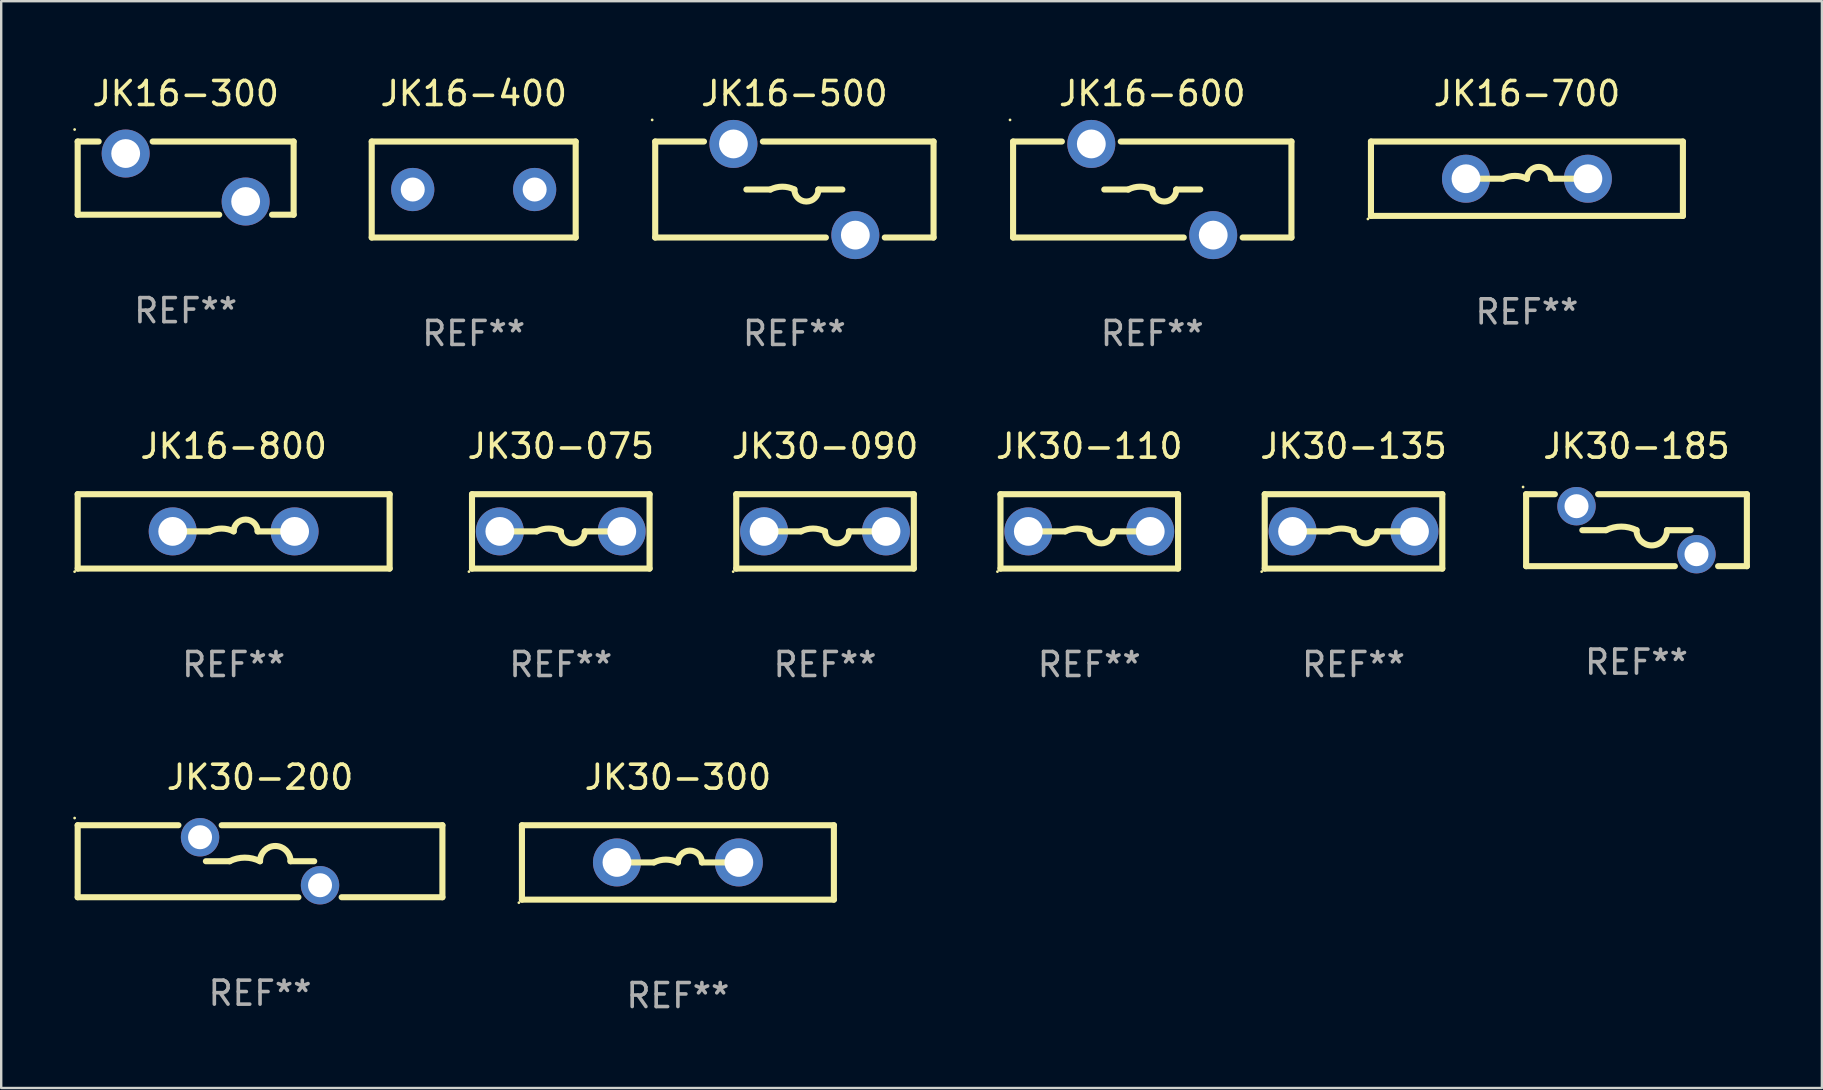
<source format=kicad_pcb>
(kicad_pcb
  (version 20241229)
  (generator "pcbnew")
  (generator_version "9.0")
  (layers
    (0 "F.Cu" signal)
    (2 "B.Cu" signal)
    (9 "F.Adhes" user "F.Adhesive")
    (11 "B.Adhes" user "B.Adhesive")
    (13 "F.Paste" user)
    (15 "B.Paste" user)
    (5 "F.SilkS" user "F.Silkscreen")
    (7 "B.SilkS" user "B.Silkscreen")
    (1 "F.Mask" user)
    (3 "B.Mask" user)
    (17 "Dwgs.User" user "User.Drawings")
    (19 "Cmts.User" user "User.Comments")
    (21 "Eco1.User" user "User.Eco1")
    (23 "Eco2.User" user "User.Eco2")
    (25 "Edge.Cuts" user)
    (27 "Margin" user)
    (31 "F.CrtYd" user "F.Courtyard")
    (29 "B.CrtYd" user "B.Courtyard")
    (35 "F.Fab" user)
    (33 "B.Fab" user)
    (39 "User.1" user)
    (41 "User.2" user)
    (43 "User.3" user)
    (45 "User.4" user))
  (footprint "JK30-300"
    (layer "F.Cu")
    (at 25.201 32.891)
    (property "Reference" "JK30-300" (at 0 -3.55 0) (layer "F.SilkS") (effects (font (size 1 1) (thickness 0.15))))
    (attr through_hole)
    (fp_line (start -6.5 -1.55) (end 6.5 -1.55) (stroke (width 0.254) (type solid)) (layer "F.SilkS"))
    (fp_line (start -6.5 1.55) (end -6.5 -1.55) (stroke (width 0.254) (type solid)) (layer "F.SilkS"))
    (fp_line (start -1 -0.000127) (end -2 -0.000127) (stroke (width 0.254) (type solid)) (layer "F.SilkS"))
    (fp_line (start 1 -0.000127) (end 2 -0.000127) (stroke (width 0.254) (type solid)) (layer "F.SilkS"))
    (fp_line (start 6.5 -1.55) (end 6.5 1.55) (stroke (width 0.254) (type solid)) (layer "F.SilkS"))
    (fp_line (start 6.5 1.55) (end -6.5 1.55) (stroke (width 0.254) (type solid)) (layer "F.SilkS"))
    (fp_arc (start -1.000127 -0.000127) (mid -0.500127 -0.118148) (end -0.000127 -0.000127) (stroke (width 0.254001) (type solid)) (layer "F.SilkS"))
    (fp_arc (start -0.000127 -0.000127) (mid 0.500254 -0.5) (end 1.000635 -0.000127) (stroke (width 0.254001) (type solid)) (layer "F.SilkS"))
    (fp_circle (center -6.627 1.677) (end -6.597 1.677) (stroke (width 0.06) (type solid)) (fill no) (layer "F.SilkS"))
    (fp_text user "REF**" (at 0 5.55 0) (layer "F.Fab") (effects (font (size 1 1) (thickness 0.15))))
    (pad "1" thru_hole circle (at -2.54 -0.000127) (size 2 2) (drill 1.2) (layers "*.Cu" "*.Mask"))
    (pad "2" thru_hole circle (at 2.54 -0.000127) (size 2 2) (drill 1.2) (layers "*.Cu" "*.Mask")))
  (footprint "JK30-075"
    (layer "F.Cu")
    (at 20.32 19.095)
    (property "Reference" "JK30-075" (at 0 -3.55 0) (layer "F.SilkS") (effects (font (size 1 1) (thickness 0.15))))
    (attr through_hole)
    (fp_line (start -3.7 -1.55) (end 3.7 -1.55) (stroke (width 0.254) (type solid)) (layer "F.SilkS"))
    (fp_line (start -3.7 1.55) (end -3.7 -1.55) (stroke (width 0.254) (type solid)) (layer "F.SilkS"))
    (fp_line (start -1 0) (end -2 0) (stroke (width 0.254) (type solid)) (layer "F.SilkS"))
    (fp_line (start 1 0) (end 2 0) (stroke (width 0.254) (type solid)) (layer "F.SilkS"))
    (fp_line (start 3.7 -1.55) (end 3.7 1.55) (stroke (width 0.254) (type solid)) (layer "F.SilkS"))
    (fp_line (start 3.7 1.55) (end -3.7 1.55) (stroke (width 0.254) (type solid)) (layer "F.SilkS"))
    (fp_arc (start -1.000762 0) (mid -0.500381 -0.118151) (end 0 0) (stroke (width 0.254001) (type solid)) (layer "F.SilkS"))
    (fp_arc (start 1.000762 0) (mid 0.500381 0.500127) (end 0 0) (stroke (width 0.254001) (type solid)) (layer "F.SilkS"))
    (fp_circle (center -3.827 1.677) (end -3.797 1.677) (stroke (width 0.06) (type solid)) (fill no) (layer "F.SilkS"))
    (fp_text user "REF**" (at 0 5.55 0) (layer "F.Fab") (effects (font (size 1 1) (thickness 0.15))))
    (pad "1" thru_hole circle (at -2.54 0) (size 2 2) (drill 1.2) (layers "*.Cu" "*.Mask"))
    (pad "2" thru_hole circle (at 2.54 0) (size 2 2) (drill 1.2) (layers "*.Cu" "*.Mask")))
  (footprint "JK30-135"
    (layer "F.Cu")
    (at 53.356 19.095)
    (property "Reference" "JK30-135" (at 0 -3.55 0) (layer "F.SilkS") (effects (font (size 1 1) (thickness 0.15))))
    (attr through_hole)
    (fp_line (start -3.7 -1.55) (end 3.7 -1.55) (stroke (width 0.254) (type solid)) (layer "F.SilkS"))
    (fp_line (start -3.7 1.55) (end -3.7 -1.55) (stroke (width 0.254) (type solid)) (layer "F.SilkS"))
    (fp_line (start -1 0) (end -2 0) (stroke (width 0.254) (type solid)) (layer "F.SilkS"))
    (fp_line (start 1 0) (end 2 0) (stroke (width 0.254) (type solid)) (layer "F.SilkS"))
    (fp_line (start 3.7 -1.55) (end 3.7 1.55) (stroke (width 0.254) (type solid)) (layer "F.SilkS"))
    (fp_line (start 3.7 1.55) (end -3.7 1.55) (stroke (width 0.254) (type solid)) (layer "F.SilkS"))
    (fp_arc (start -1.000762 0) (mid -0.500381 -0.118151) (end 0 0) (stroke (width 0.254001) (type solid)) (layer "F.SilkS"))
    (fp_arc (start 1.000762 0) (mid 0.500381 0.500127) (end 0 0) (stroke (width 0.254001) (type solid)) (layer "F.SilkS"))
    (fp_circle (center -3.827 1.677) (end -3.797 1.677) (stroke (width 0.06) (type solid)) (fill no) (layer "F.SilkS"))
    (fp_text user "REF**" (at 0 5.55 0) (layer "F.Fab") (effects (font (size 1 1) (thickness 0.15))))
    (pad "1" thru_hole circle (at -2.54 0) (size 2 2) (drill 1.2) (layers "*.Cu" "*.Mask"))
    (pad "2" thru_hole circle (at 2.54 0) (size 2 2) (drill 1.2) (layers "*.Cu" "*.Mask")))
  (footprint "JK30-200"
    (layer "F.Cu")
    (at 7.787 32.841)
    (property "Reference" "JK30-200" (at 0 -3.5 0) (layer "F.SilkS") (effects (font (size 1 1) (thickness 0.15))))
    (attr through_hole)
    (fp_line (start -7.6 -1.5) (end -3.401 -1.5) (stroke (width 0.254) (type solid)) (layer "F.SilkS"))
    (fp_line (start -7.6 1.5) (end -7.6 -1.5) (stroke (width 0.254) (type solid)) (layer "F.SilkS"))
    (fp_line (start -7.6 1.5) (end 1.599 1.5) (stroke (width 0.254) (type solid)) (layer "F.SilkS"))
    (fp_line (start -2.257 0.000127) (end -1.27 0.000127) (stroke (width 0.254) (type solid)) (layer "F.SilkS"))
    (fp_line (start -1.599 -1.5) (end 7.6 -1.5) (stroke (width 0.254) (type solid)) (layer "F.SilkS"))
    (fp_line (start 2.257 0.000127) (end 1.27 0.000127) (stroke (width 0.254) (type solid)) (layer "F.SilkS"))
    (fp_line (start 3.401 1.5) (end 7.6 1.5) (stroke (width 0.254) (type solid)) (layer "F.SilkS"))
    (fp_line (start 7.6 -1.5) (end 7.6 1.5) (stroke (width 0.254) (type solid)) (layer "F.SilkS"))
    (fp_arc (start -1.270003 0.000127) (mid -0.635001 -0.149777) (end 0 0.000127) (stroke (width 0.254001) (type solid)) (layer "F.SilkS"))
    (fp_arc (start -0.000889 0.000509) (mid 0.634366 -0.634925) (end 1.270003 0.000127) (stroke (width 0.254001) (type solid)) (layer "F.SilkS"))
    (fp_circle (center -7.727 -1.8) (end -7.697 -1.8) (stroke (width 0.06) (type solid)) (fill no) (layer "F.SilkS"))
    (fp_text user "REF**" (at 0 5.5 0) (layer "F.Fab") (effects (font (size 1 1) (thickness 0.15))))
    (pad "1" thru_hole circle (at -2.5 -1) (size 1.6 1.6) (drill 1) (layers "*.Cu" "*.Mask"))
    (pad "2" thru_hole circle (at 2.5 1) (size 1.6 1.6) (drill 1) (layers "*.Cu" "*.Mask")))
  (footprint "JK16-700"
    (layer "F.Cu")
    (at 60.583 4.398)
    (property "Reference" "JK16-700" (at 0 -3.55 0) (layer "F.SilkS") (effects (font (size 1 1) (thickness 0.15))))
    (attr through_hole)
    (fp_line (start -6.5 -1.55) (end 6.5 -1.55) (stroke (width 0.254) (type solid)) (layer "F.SilkS"))
    (fp_line (start -6.5 1.55) (end -6.5 -1.55) (stroke (width 0.254) (type solid)) (layer "F.SilkS"))
    (fp_line (start -1 -0.000127) (end -2 -0.000127) (stroke (width 0.254) (type solid)) (layer "F.SilkS"))
    (fp_line (start 1 -0.000127) (end 2 -0.000127) (stroke (width 0.254) (type solid)) (layer "F.SilkS"))
    (fp_line (start 6.5 -1.55) (end 6.5 1.55) (stroke (width 0.254) (type solid)) (layer "F.SilkS"))
    (fp_line (start 6.5 1.55) (end -6.5 1.55) (stroke (width 0.254) (type solid)) (layer "F.SilkS"))
    (fp_arc (start -1.000127 -0.000127) (mid -0.500127 -0.118148) (end -0.000127 -0.000127) (stroke (width 0.254001) (type solid)) (layer "F.SilkS"))
    (fp_arc (start -0.000127 -0.000127) (mid 0.500254 -0.5) (end 1.000635 -0.000127) (stroke (width 0.254001) (type solid)) (layer "F.SilkS"))
    (fp_circle (center -6.627 1.677) (end -6.597 1.677) (stroke (width 0.06) (type solid)) (fill no) (layer "F.SilkS"))
    (fp_text user "REF**" (at 0 5.55 0) (layer "F.Fab") (effects (font (size 1 1) (thickness 0.15))))
    (pad "1" thru_hole circle (at -2.54 -0.000127) (size 2 2) (drill 1.2) (layers "*.Cu" "*.Mask"))
    (pad "2" thru_hole circle (at 2.54 -0.000127) (size 2 2) (drill 1.2) (layers "*.Cu" "*.Mask")))
  (footprint "JK16-300"
    (layer "F.Cu")
    (at 4.687 4.373)
    (property "Reference" "JK16-300" (at 0 -3.525 0) (layer "F.SilkS") (effects (font (size 1 1) (thickness 0.15))))
    (attr through_hole)
    (fp_line (start -4.5 -1.525) (end -4.5 1.525) (stroke (width 0.254) (type solid)) (layer "F.SilkS"))
    (fp_line (start -4.5 -1.525) (end -3.625 -1.525) (stroke (width 0.254) (type solid)) (layer "F.SilkS"))
    (fp_line (start -4.5 1.525) (end 1.399 1.525) (stroke (width 0.254) (type solid)) (layer "F.SilkS"))
    (fp_line (start -1.375 -1.525) (end 4.5 -1.525) (stroke (width 0.254) (type solid)) (layer "F.SilkS"))
    (fp_line (start 3.601 1.525) (end 4.5 1.525) (stroke (width 0.254) (type solid)) (layer "F.SilkS"))
    (fp_line (start 4.5 -1.525) (end 4.5 1.525) (stroke (width 0.254) (type solid)) (layer "F.SilkS"))
    (fp_circle (center -4.627 -2.025) (end -4.597 -2.025) (stroke (width 0.06) (type solid)) (fill no) (layer "F.SilkS"))
    (fp_text user "REF**" (at 0 5.525 0) (layer "F.Fab") (effects (font (size 1 1) (thickness 0.15))))
    (pad "1" thru_hole circle (at -2.5 -1.025) (size 2 2) (drill 1.2) (layers "*.Cu" "*.Mask"))
    (pad "2" thru_hole circle (at 2.5 0.975) (size 2 2) (drill 1.2) (layers "*.Cu" "*.Mask")))
  (footprint "JK16-500"
    (layer "F.Cu")
    (at 30.055 4.848)
    (property "Reference" "JK16-500" (at 0 -4 0) (layer "F.SilkS") (effects (font (size 1 1) (thickness 0.15))))
    (attr through_hole)
    (fp_line (start -5.8 -2) (end -5.8 2) (stroke (width 0.254) (type solid)) (layer "F.SilkS"))
    (fp_line (start -5.8 -2) (end -3.767 -2) (stroke (width 0.254) (type solid)) (layer "F.SilkS"))
    (fp_line (start -5.8 2) (end 1.313 2) (stroke (width 0.254) (type solid)) (layer "F.SilkS"))
    (fp_line (start -1.313 -2) (end 5.8 -2) (stroke (width 0.254) (type solid)) (layer "F.SilkS"))
    (fp_line (start -1 0) (end -2 0) (stroke (width 0.254) (type solid)) (layer "F.SilkS"))
    (fp_line (start 1 0) (end 2 0) (stroke (width 0.254) (type solid)) (layer "F.SilkS"))
    (fp_line (start 3.767 2) (end 5.8 2) (stroke (width 0.254) (type solid)) (layer "F.SilkS"))
    (fp_line (start 5.8 -2) (end 5.8 2) (stroke (width 0.254) (type solid)) (layer "F.SilkS"))
    (fp_arc (start -1 0) (mid -0.5 -0.118021) (end 0 0) (stroke (width 0.254001) (type solid)) (layer "F.SilkS"))
    (fp_arc (start 1.000762 0) (mid 0.500381 0.500127) (end 0 0) (stroke (width 0.254001) (type solid)) (layer "F.SilkS"))
    (fp_circle (center -5.927 -2.9) (end -5.897 -2.9) (stroke (width 0.06) (type solid)) (fill no) (layer "F.SilkS"))
    (fp_text user "REF**" (at 0 6 0) (layer "F.Fab") (effects (font (size 1 1) (thickness 0.15))))
    (pad "1" thru_hole circle (at -2.54 -1.9) (size 2 2) (drill 1.2) (layers "*.Cu" "*.Mask"))
    (pad "2" thru_hole circle (at 2.54 1.9) (size 2 2) (drill 1.2) (layers "*.Cu" "*.Mask")))
  (footprint "JK16-800"
    (layer "F.Cu")
    (at 6.687 19.095)
    (property "Reference" "JK16-800" (at 0 -3.55 0) (layer "F.SilkS") (effects (font (size 1 1) (thickness 0.15))))
    (attr through_hole)
    (fp_line (start -6.5 -1.55) (end 6.5 -1.55) (stroke (width 0.254) (type solid)) (layer "F.SilkS"))
    (fp_line (start -6.5 1.55) (end -6.5 -1.55) (stroke (width 0.254) (type solid)) (layer "F.SilkS"))
    (fp_line (start -1 -0.000127) (end -2 -0.000127) (stroke (width 0.254) (type solid)) (layer "F.SilkS"))
    (fp_line (start 1 -0.000127) (end 2 -0.000127) (stroke (width 0.254) (type solid)) (layer "F.SilkS"))
    (fp_line (start 6.5 -1.55) (end 6.5 1.55) (stroke (width 0.254) (type solid)) (layer "F.SilkS"))
    (fp_line (start 6.5 1.55) (end -6.5 1.55) (stroke (width 0.254) (type solid)) (layer "F.SilkS"))
    (fp_arc (start -1.000127 -0.000127) (mid -0.500127 -0.118148) (end -0.000127 -0.000127) (stroke (width 0.254001) (type solid)) (layer "F.SilkS"))
    (fp_arc (start -0.000127 -0.000127) (mid 0.500254 -0.5) (end 1.000635 -0.000127) (stroke (width 0.254001) (type solid)) (layer "F.SilkS"))
    (fp_circle (center -6.627 1.677) (end -6.597 1.677) (stroke (width 0.06) (type solid)) (fill no) (layer "F.SilkS"))
    (fp_text user "REF**" (at 0 5.55 0) (layer "F.Fab") (effects (font (size 1 1) (thickness 0.15))))
    (pad "1" thru_hole circle (at -2.54 -0.000127) (size 2 2) (drill 1.2) (layers "*.Cu" "*.Mask"))
    (pad "2" thru_hole circle (at 2.54 -0.000127) (size 2 2) (drill 1.2) (layers "*.Cu" "*.Mask")))
  (footprint "JK16-400"
    (layer "F.Cu")
    (at 16.691 4.848)
    (property "Reference" "JK16-400" (at 0 -4 0) (layer "F.SilkS") (effects (font (size 1 1) (thickness 0.15))))
    (attr through_hole)
    (fp_line (start -4.25 2) (end -4.25 -2) (stroke (width 0.254) (type solid)) (layer "F.SilkS"))
    (fp_line (start -4.25 -2) (end 4.25 -2) (stroke (width 0.254) (type solid)) (layer "F.SilkS"))
    (fp_line (start 4.25 2) (end -4.25 2) (stroke (width 0.254) (type solid)) (layer "F.SilkS"))
    (fp_line (start 4.25 -2) (end 4.25 2) (stroke (width 0.254) (type solid)) (layer "F.SilkS"))
    (fp_circle (center -4.25 2) (end -4.22 2) (stroke (width 0.06) (type solid)) (fill no) (layer "F.SilkS"))
    (fp_text user "REF**" (at 0 6 0) (layer "F.Fab") (effects (font (size 1 1) (thickness 0.15))))
    (pad "1" thru_hole circle (at -2.54 0) (size 1.8 1.8) (drill 1) (layers "*.Cu" "*.Mask"))
    (pad "2" thru_hole circle (at 2.54 0) (size 1.8 1.8) (drill 1) (layers "*.Cu" "*.Mask")))
  (footprint "JK30-090"
    (layer "F.Cu")
    (at 31.332 19.095)
    (property "Reference" "JK30-090" (at 0 -3.55 0) (layer "F.SilkS") (effects (font (size 1 1) (thickness 0.15))))
    (attr through_hole)
    (fp_line (start -3.7 -1.55) (end 3.7 -1.55) (stroke (width 0.254) (type solid)) (layer "F.SilkS"))
    (fp_line (start -3.7 1.55) (end -3.7 -1.55) (stroke (width 0.254) (type solid)) (layer "F.SilkS"))
    (fp_line (start -1 0) (end -2 0) (stroke (width 0.254) (type solid)) (layer "F.SilkS"))
    (fp_line (start 1 0) (end 2 0) (stroke (width 0.254) (type solid)) (layer "F.SilkS"))
    (fp_line (start 3.7 -1.55) (end 3.7 1.55) (stroke (width 0.254) (type solid)) (layer "F.SilkS"))
    (fp_line (start 3.7 1.55) (end -3.7 1.55) (stroke (width 0.254) (type solid)) (layer "F.SilkS"))
    (fp_arc (start -1.000762 0) (mid -0.500381 -0.118151) (end 0 0) (stroke (width 0.254001) (type solid)) (layer "F.SilkS"))
    (fp_arc (start 1.000762 0) (mid 0.500381 0.500127) (end 0 0) (stroke (width 0.254001) (type solid)) (layer "F.SilkS"))
    (fp_circle (center -3.827 1.677) (end -3.797 1.677) (stroke (width 0.06) (type solid)) (fill no) (layer "F.SilkS"))
    (fp_text user "REF**" (at 0 5.55 0) (layer "F.Fab") (effects (font (size 1 1) (thickness 0.15))))
    (pad "1" thru_hole circle (at -2.54 0) (size 2 2) (drill 1.2) (layers "*.Cu" "*.Mask"))
    (pad "2" thru_hole circle (at 2.54 0) (size 2 2) (drill 1.2) (layers "*.Cu" "*.Mask")))
  (footprint "JK30-110"
    (layer "F.Cu")
    (at 42.344 19.095)
    (property "Reference" "JK30-110" (at 0 -3.55 0) (layer "F.SilkS") (effects (font (size 1 1) (thickness 0.15))))
    (attr through_hole)
    (fp_line (start -3.7 -1.55) (end 3.7 -1.55) (stroke (width 0.254) (type solid)) (layer "F.SilkS"))
    (fp_line (start -3.7 1.55) (end -3.7 -1.55) (stroke (width 0.254) (type solid)) (layer "F.SilkS"))
    (fp_line (start -1 0) (end -2 0) (stroke (width 0.254) (type solid)) (layer "F.SilkS"))
    (fp_line (start 1 0) (end 2 0) (stroke (width 0.254) (type solid)) (layer "F.SilkS"))
    (fp_line (start 3.7 -1.55) (end 3.7 1.55) (stroke (width 0.254) (type solid)) (layer "F.SilkS"))
    (fp_line (start 3.7 1.55) (end -3.7 1.55) (stroke (width 0.254) (type solid)) (layer "F.SilkS"))
    (fp_arc (start -1.000762 0) (mid -0.500381 -0.118151) (end 0 0) (stroke (width 0.254001) (type solid)) (layer "F.SilkS"))
    (fp_arc (start 1.000762 0) (mid 0.500381 0.500127) (end 0 0) (stroke (width 0.254001) (type solid)) (layer "F.SilkS"))
    (fp_circle (center -3.827 1.677) (end -3.797 1.677) (stroke (width 0.06) (type solid)) (fill no) (layer "F.SilkS"))
    (fp_text user "REF**" (at 0 5.55 0) (layer "F.Fab") (effects (font (size 1 1) (thickness 0.15))))
    (pad "1" thru_hole circle (at -2.54 0) (size 2 2) (drill 1.2) (layers "*.Cu" "*.Mask"))
    (pad "2" thru_hole circle (at 2.54 0) (size 2 2) (drill 1.2) (layers "*.Cu" "*.Mask")))
  (footprint "JK16-600"
    (layer "F.Cu")
    (at 44.969 4.848)
    (property "Reference" "JK16-600" (at 0 -4 0) (layer "F.SilkS") (effects (font (size 1 1) (thickness 0.15))))
    (attr through_hole)
    (fp_line (start -5.8 -2) (end -5.8 2) (stroke (width 0.254) (type solid)) (layer "F.SilkS"))
    (fp_line (start -5.8 -2) (end -3.767 -2) (stroke (width 0.254) (type solid)) (layer "F.SilkS"))
    (fp_line (start -5.8 2) (end 1.313 2) (stroke (width 0.254) (type solid)) (layer "F.SilkS"))
    (fp_line (start -1.313 -2) (end 5.8 -2) (stroke (width 0.254) (type solid)) (layer "F.SilkS"))
    (fp_line (start -1 0) (end -2 0) (stroke (width 0.254) (type solid)) (layer "F.SilkS"))
    (fp_line (start 1 0) (end 2 0) (stroke (width 0.254) (type solid)) (layer "F.SilkS"))
    (fp_line (start 3.767 2) (end 5.8 2) (stroke (width 0.254) (type solid)) (layer "F.SilkS"))
    (fp_line (start 5.8 -2) (end 5.8 2) (stroke (width 0.254) (type solid)) (layer "F.SilkS"))
    (fp_arc (start -1 0) (mid -0.5 -0.118021) (end 0 0) (stroke (width 0.254001) (type solid)) (layer "F.SilkS"))
    (fp_arc (start 1.000762 0) (mid 0.500381 0.500127) (end 0 0) (stroke (width 0.254001) (type solid)) (layer "F.SilkS"))
    (fp_circle (center -5.927 -2.9) (end -5.897 -2.9) (stroke (width 0.06) (type solid)) (fill no) (layer "F.SilkS"))
    (fp_text user "REF**" (at 0 6 0) (layer "F.Fab") (effects (font (size 1 1) (thickness 0.15))))
    (pad "1" thru_hole circle (at -2.54 -1.9) (size 2 2) (drill 1.2) (layers "*.Cu" "*.Mask"))
    (pad "2" thru_hole circle (at 2.54 1.9) (size 2 2) (drill 1.2) (layers "*.Cu" "*.Mask")))
  (footprint "JK30-185"
    (layer "F.Cu")
    (at 65.149 19.045)
    (property "Reference" "JK30-185" (at 0 -3.5 0) (layer "F.SilkS") (effects (font (size 1 1) (thickness 0.15))))
    (attr through_hole)
    (fp_line (start -4.6 -1.5) (end -3.401 -1.5) (stroke (width 0.254) (type solid)) (layer "F.SilkS"))
    (fp_line (start -4.6 1.5) (end -4.6 -1.5) (stroke (width 0.254) (type solid)) (layer "F.SilkS"))
    (fp_line (start -4.6 1.5) (end 1.599 1.5) (stroke (width 0.254) (type solid)) (layer "F.SilkS"))
    (fp_line (start -2.257 0.000127) (end -1.27 0.000127) (stroke (width 0.254) (type solid)) (layer "F.SilkS"))
    (fp_line (start -1.599 -1.5) (end 4.6 -1.5) (stroke (width 0.254) (type solid)) (layer "F.SilkS"))
    (fp_line (start 2.257 0.000127) (end 1.27 0.000127) (stroke (width 0.254) (type solid)) (layer "F.SilkS"))
    (fp_line (start 3.401 1.5) (end 4.6 1.5) (stroke (width 0.254) (type solid)) (layer "F.SilkS"))
    (fp_line (start 4.6 -1.5) (end 4.6 1.5) (stroke (width 0.254) (type solid)) (layer "F.SilkS"))
    (fp_arc (start -1.270003 0.000127) (mid -0.635001 -0.149777) (end 0 0.000127) (stroke (width 0.254001) (type solid)) (layer "F.SilkS"))
    (fp_arc (start 1.270003 0.000127) (mid 0.635129 0.634443) (end 0.000635 -0.000253) (stroke (width 0.254001) (type solid)) (layer "F.SilkS"))
    (fp_circle (center -4.727 -1.8) (end -4.697 -1.8) (stroke (width 0.06) (type solid)) (fill no) (layer "F.SilkS"))
    (fp_text user "REF**" (at 0 5.5 0) (layer "F.Fab") (effects (font (size 1 1) (thickness 0.15))))
    (pad "1" thru_hole circle (at -2.5 -1) (size 1.6 1.6) (drill 1) (layers "*.Cu" "*.Mask"))
    (pad "2" thru_hole circle (at 2.5 1) (size 1.6 1.6) (drill 1) (layers "*.Cu" "*.Mask")))
  (gr_rect
    (start -3 -3)
    (end 72.876 42.29)
    (stroke (width 0.1) (type default))
    (fill no)
    (layer "Edge.Cuts")))
</source>
